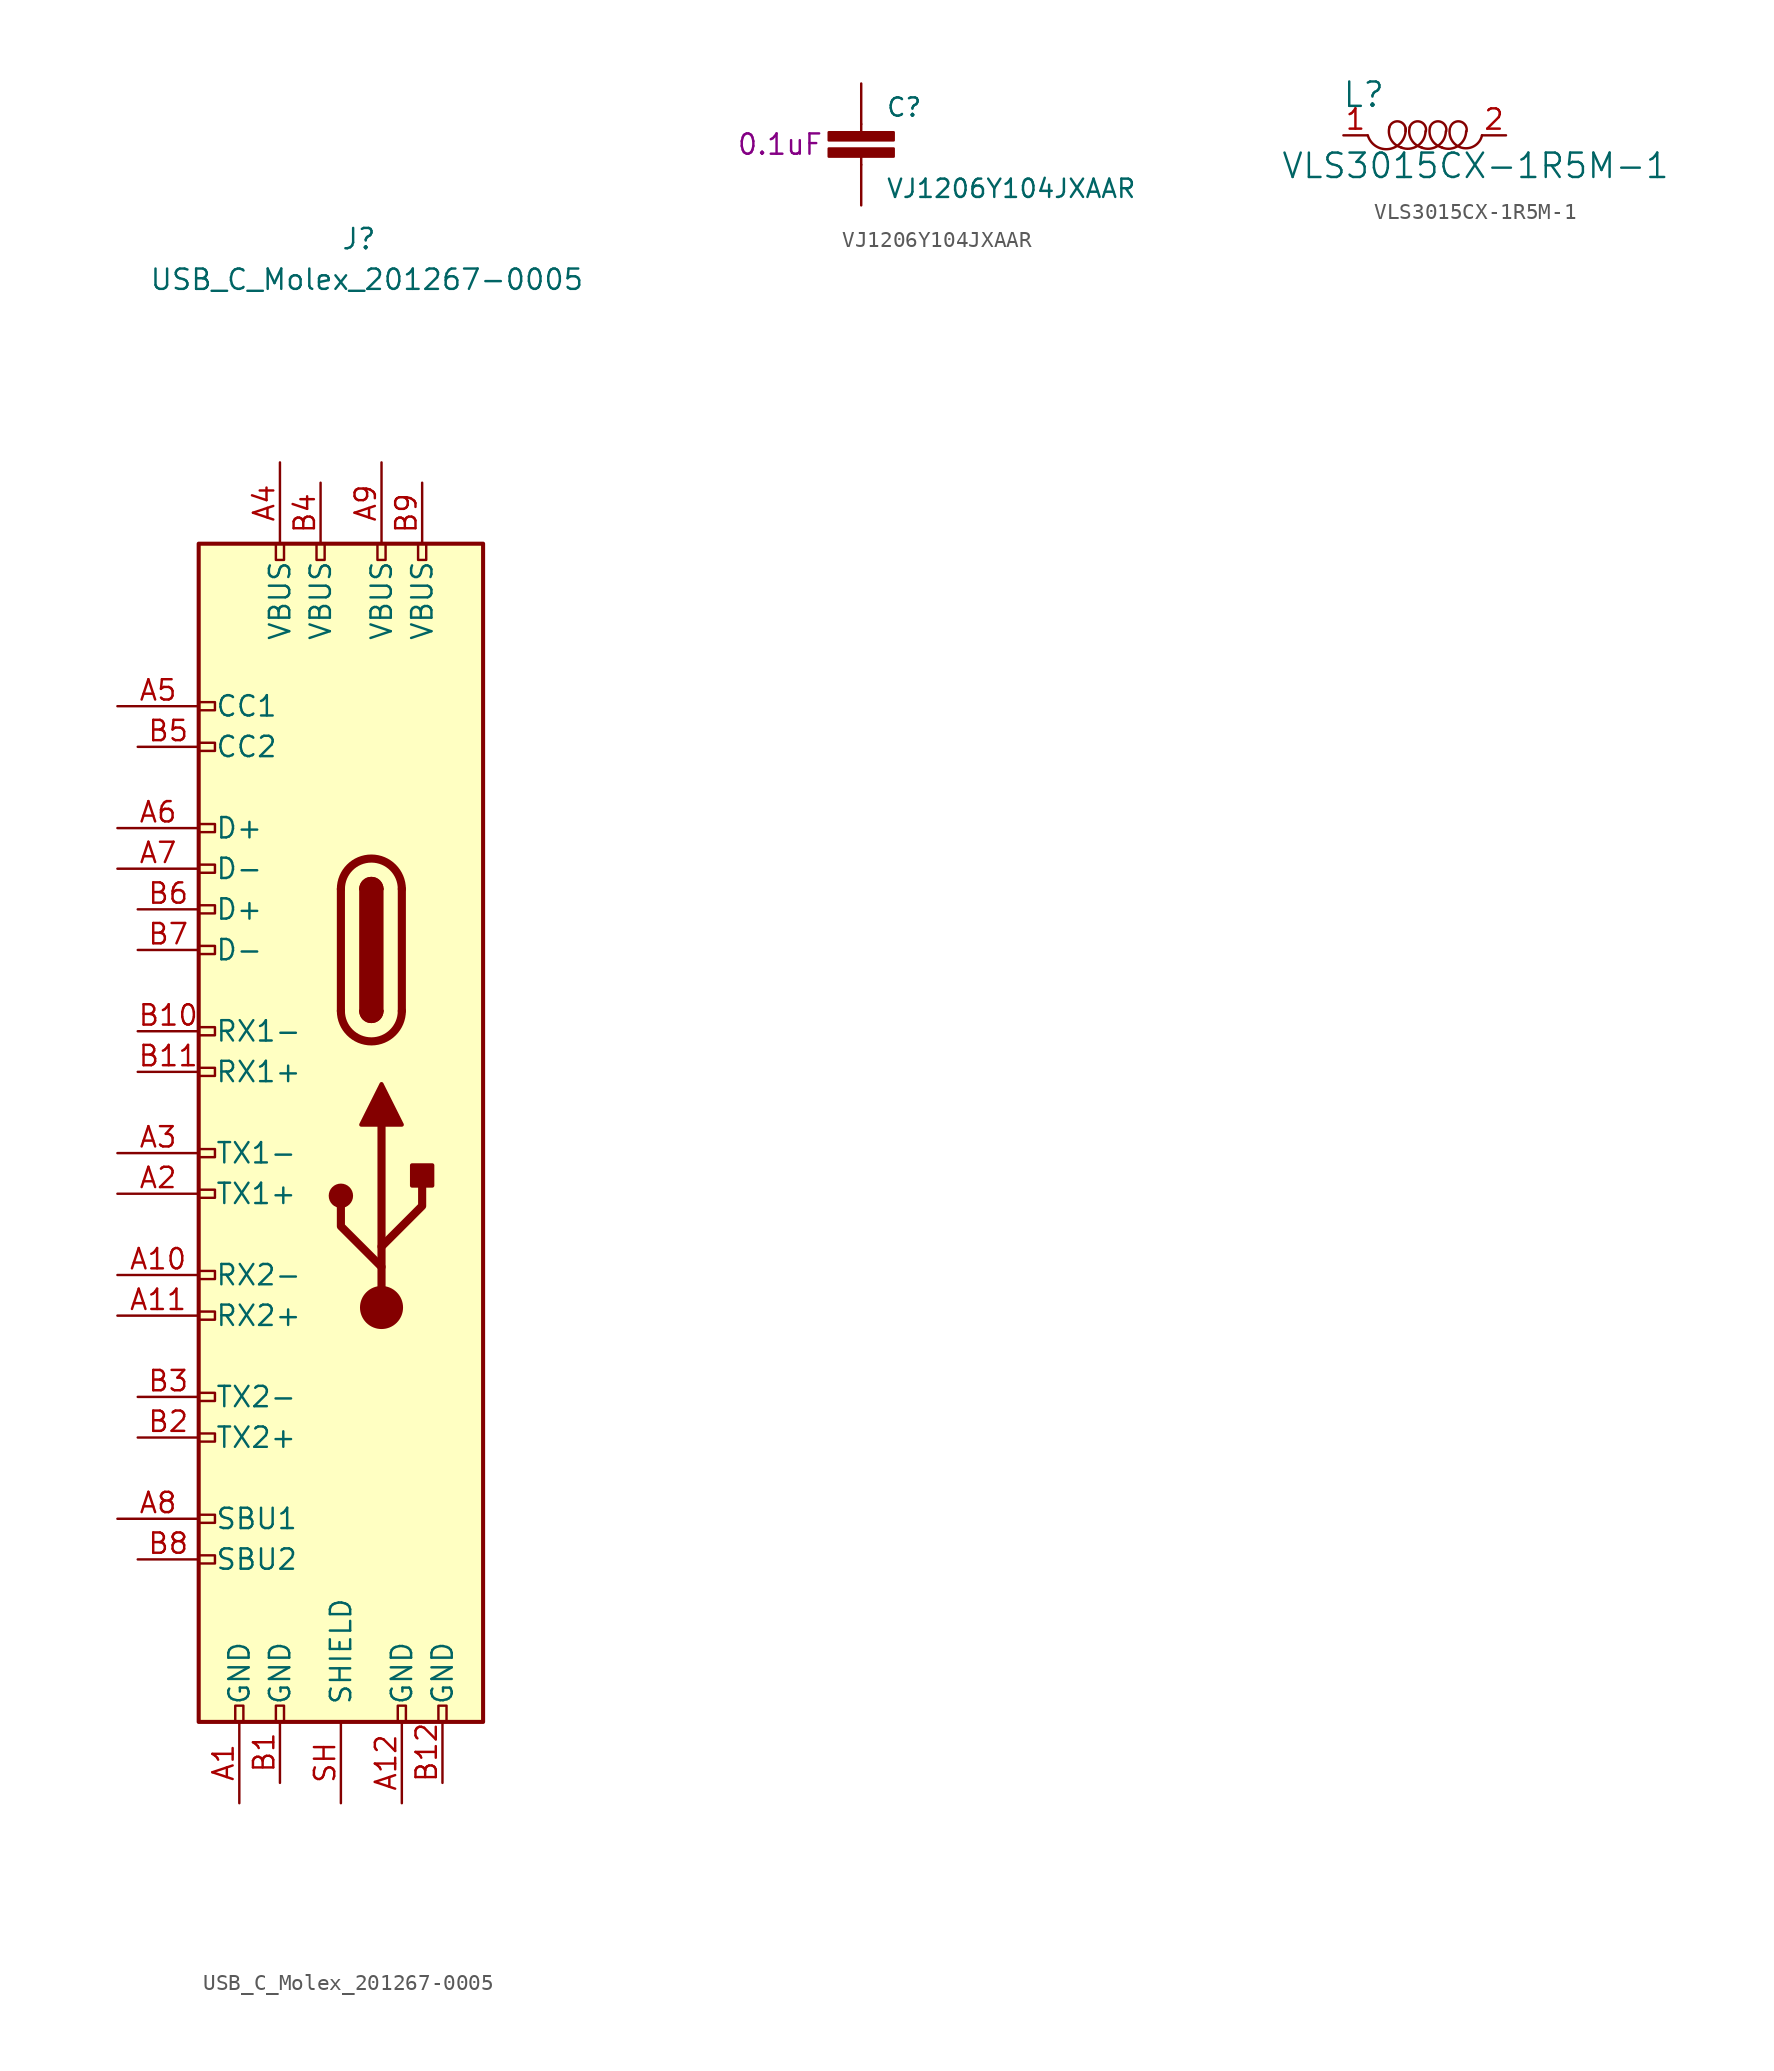
<source format=kicad_sym>
(kicad_symbol_lib
  (version 20211014)
  (generator kicad_symbol_editor)
  (symbol "USB_C_Molex_201267-0005"
    (pin_names
      (offset 1.016))
    (property "Reference" "J"
      (at 0 54.61 0)
      (effects (font (size 1.27 1.27)) (justify left)))
    (property "Value" "USB_C_Molex_201267-0005"
      (at 15.24 52.07 0)
      (effects (font (size 1.27 1.27)) (justify right)))
    (symbol "USB_C_Molex_201267-0005_0_0"
      (rectangle (start -8.89 -28.194) (end -7.874 -27.686) (stroke (width 0) (type default) (color 0 0 0 0)) (fill (type none)))
      (rectangle (start -8.89 -25.654) (end -7.874 -25.146) (stroke (width 0) (type default) (color 0 0 0 0)) (fill (type none)))
      (rectangle (start -8.89 -20.574) (end -7.874 -20.066) (stroke (width 0) (type default) (color 0 0 0 0)) (fill (type none)))
      (rectangle (start -8.89 -18.034) (end -7.874 -17.526) (stroke (width 0) (type default) (color 0 0 0 0)) (fill (type none)))
      (rectangle (start -8.89 -12.954) (end -7.874 -12.446) (stroke (width 0) (type default) (color 0 0 0 0)) (fill (type none)))
      (rectangle (start -8.89 -10.414) (end -7.874 -9.906) (stroke (width 0) (type default) (color 0 0 0 0)) (fill (type none)))
      (rectangle (start -8.89 -5.334) (end -7.874 -4.826) (stroke (width 0) (type default) (color 0 0 0 0)) (fill (type none)))
      (rectangle (start -8.89 -2.794) (end -7.874 -2.286) (stroke (width 0) (type default) (color 0 0 0 0)) (fill (type none)))
      (rectangle (start -8.89 2.286) (end -7.874 2.794) (stroke (width 0) (type default) (color 0 0 0 0)) (fill (type none)))
      (rectangle (start -6.604 -38.1) (end -6.096 -37.084) (stroke (width 0) (type default) (color 0 0 0 0)) (fill (type none)))
      (rectangle (start -3.556 34.544) (end -4.064 35.56) (stroke (width 0) (type default) (color 0 0 0 0)) (fill (type none))))
    (symbol "USB_C_Molex_201267-0005_0_1"
      (rectangle (start -8.89 35.56) (end 8.89 -38.1) (stroke (width 0.254) (type default) (color 0 0 0 0)) (fill (type background)))
      (polyline (pts (xy 0 6.35) (xy 0 13.97)) (stroke (width 0.508) (type default) (color 0 0 0 0)) (fill (type none)))
      (polyline (pts (xy 3.81 13.97) (xy 3.81 6.35)) (stroke (width 0.508) (type default) (color 0 0 0 0)) (fill (type none)))
      (arc (start 0 6.35) (mid 1.905 4.445) (end 3.81 6.35) (stroke (width 0.508) (type default) (color 0 0 0 0)) (fill (type none)))
      (arc (start 1.27 6.35) (mid 1.905 5.715) (end 2.54 6.35) (stroke (width 0.254) (type default) (color 0 0 0 0)) (fill (type none)))
      (arc (start 1.27 6.35) (mid 1.905 5.715) (end 2.54 6.35) (stroke (width 0.254) (type default) (color 0 0 0 0)) (fill (type outline)))
      (rectangle (start 1.27 6.35) (end 2.54 13.97) (stroke (width 0.254) (type default) (color 0 0 0 0)) (fill (type outline)))
      (arc (start 2.54 13.97) (mid 1.905 14.605) (end 1.27 13.97) (stroke (width 0.254) (type default) (color 0 0 0 0)) (fill (type none)))
      (arc (start 2.54 13.97) (mid 1.905 14.605) (end 1.27 13.97) (stroke (width 0.254) (type default) (color 0 0 0 0)) (fill (type outline)))
      (arc (start 3.81 13.97) (mid 1.905 15.875) (end 0 13.97) (stroke (width 0.508) (type default) (color 0 0 0 0)) (fill (type none))))
    (symbol "USB_C_Molex_201267-0005_1_1"
      (rectangle (start -8.89 4.826) (end -7.874 5.334) (stroke (width 0) (type default) (color 0 0 0 0)) (fill (type none)))
      (rectangle (start -8.89 9.906) (end -7.874 10.414) (stroke (width 0) (type default) (color 0 0 0 0)) (fill (type none)))
      (rectangle (start -8.89 12.446) (end -7.874 12.954) (stroke (width 0) (type default) (color 0 0 0 0)) (fill (type none)))
      (rectangle (start -8.89 14.986) (end -7.874 15.494) (stroke (width 0) (type default) (color 0 0 0 0)) (fill (type none)))
      (rectangle (start -8.89 17.526) (end -7.874 18.034) (stroke (width 0) (type default) (color 0 0 0 0)) (fill (type none)))
      (rectangle (start -8.89 22.606) (end -7.874 23.114) (stroke (width 0) (type default) (color 0 0 0 0)) (fill (type none)))
      (rectangle (start -8.89 25.146) (end -7.874 25.654) (stroke (width 0) (type default) (color 0 0 0 0)) (fill (type none)))
      (rectangle (start -4.064 -38.1) (end -3.556 -37.084) (stroke (width 0) (type default) (color 0 0 0 0)) (fill (type none)))
      (rectangle (start -1.524 34.544) (end -1.016 35.56) (stroke (width 0) (type default) (color 0 0 0 0)) (fill (type none)))
      (circle (center 0 -5.207) (radius 0.635) (stroke (width 0.254) (type default) (color 0 0 0 0)) (fill (type outline)))
      (polyline (pts (xy 2.54 -10.922) (xy 2.54 -0.762)) (stroke (width 0.508) (type default) (color 0 0 0 0)) (fill (type none)))
      (polyline (pts (xy 2.54 -9.652) (xy 0 -7.112) (xy 0 -5.842)) (stroke (width 0.508) (type default) (color 0 0 0 0)) (fill (type none)))
      (polyline (pts (xy 2.54 -8.382) (xy 5.08 -5.842) (xy 5.08 -4.572)) (stroke (width 0.508) (type default) (color 0 0 0 0)) (fill (type none)))
      (polyline (pts (xy 1.27 -0.762) (xy 2.54 1.778) (xy 3.81 -0.762) (xy 1.27 -0.762)) (stroke (width 0.254) (type default) (color 0 0 0 0)) (fill (type outline)))
      (circle (center 2.54 -12.192) (radius 1.27) (stroke (width 0) (type default) (color 0 0 0 0)) (fill (type outline)))
      (rectangle (start 2.794 35.56) (end 2.286 34.544) (stroke (width 0) (type default) (color 0 0 0 0)) (fill (type none)))
      (rectangle (start 3.556 -38.1) (end 4.064 -37.084) (stroke (width 0) (type default) (color 0 0 0 0)) (fill (type none)))
      (rectangle (start 4.445 -4.572) (end 5.715 -3.302) (stroke (width 0.254) (type default) (color 0 0 0 0)) (fill (type outline)))
      (rectangle (start 5.334 35.56) (end 4.826 34.544) (stroke (width 0) (type default) (color 0 0 0 0)) (fill (type none)))
      (rectangle (start 6.096 -38.1) (end 6.604 -37.084) (stroke (width 0) (type default) (color 0 0 0 0)) (fill (type none)))
      (pin power_in line (at -6.35 -43.18 90) (length 5.08) (name "GND" (effects (font (size 1.27 1.27)))) (number "A1" (effects (font (size 1.27 1.27)))))
      (pin bidirectional line (at -13.97 -10.16 0) (length 5.08) (name "RX2-" (effects (font (size 1.27 1.27)))) (number "A10" (effects (font (size 1.27 1.27)))))
      (pin bidirectional line (at -13.97 -12.7 0) (length 5.08) (name "RX2+" (effects (font (size 1.27 1.27)))) (number "A11" (effects (font (size 1.27 1.27)))))
      (pin power_in line (at 3.81 -43.18 90) (length 5.08) (name "GND" (effects (font (size 1.27 1.27)))) (number "A12" (effects (font (size 1.27 1.27)))))
      (pin bidirectional line (at -13.97 -5.08 0) (length 5.08) (name "TX1+" (effects (font (size 1.27 1.27)))) (number "A2" (effects (font (size 1.27 1.27)))))
      (pin bidirectional line (at -13.97 -2.54 0) (length 5.08) (name "TX1-" (effects (font (size 1.27 1.27)))) (number "A3" (effects (font (size 1.27 1.27)))))
      (pin power_in line (at -3.81 40.64 270) (length 5.08) (name "VBUS" (effects (font (size 1.27 1.27)))) (number "A4" (effects (font (size 1.27 1.27)))))
      (pin bidirectional line (at -13.97 25.4 0) (length 5.08) (name "CC1" (effects (font (size 1.27 1.27)))) (number "A5" (effects (font (size 1.27 1.27)))))
      (pin bidirectional line (at -13.97 17.78 0) (length 5.08) (name "D+" (effects (font (size 1.27 1.27)))) (number "A6" (effects (font (size 1.27 1.27)))))
      (pin bidirectional line (at -13.97 15.24 0) (length 5.08) (name "D-" (effects (font (size 1.27 1.27)))) (number "A7" (effects (font (size 1.27 1.27)))))
      (pin bidirectional line (at -13.97 -25.4 0) (length 5.08) (name "SBU1" (effects (font (size 1.27 1.27)))) (number "A8" (effects (font (size 1.27 1.27)))))
      (pin power_in line (at 2.54 40.64 270) (length 5.08) (name "VBUS" (effects (font (size 1.27 1.27)))) (number "A9" (effects (font (size 1.27 1.27)))))
      (pin power_in line (at -3.81 -41.91 90) (length 3.81) (name "GND" (effects (font (size 1.27 1.27)))) (number "B1" (effects (font (size 1.27 1.27)))))
      (pin bidirectional line (at -12.7 5.08 0) (length 3.81) (name "RX1-" (effects (font (size 1.27 1.27)))) (number "B10" (effects (font (size 1.27 1.27)))))
      (pin bidirectional line (at -12.7 2.54 0) (length 3.81) (name "RX1+" (effects (font (size 1.27 1.27)))) (number "B11" (effects (font (size 1.27 1.27)))))
      (pin power_in line (at 6.35 -41.91 90) (length 3.81) (name "GND" (effects (font (size 1.27 1.27)))) (number "B12" (effects (font (size 1.27 1.27)))))
      (pin bidirectional line (at -12.7 -20.32 0) (length 3.81) (name "TX2+" (effects (font (size 1.27 1.27)))) (number "B2" (effects (font (size 1.27 1.27)))))
      (pin bidirectional line (at -12.7 -17.78 0) (length 3.81) (name "TX2-" (effects (font (size 1.27 1.27)))) (number "B3" (effects (font (size 1.27 1.27)))))
      (pin passive line (at -1.27 39.37 270) (length 3.81) (name "VBUS" (effects (font (size 1.27 1.27)))) (number "B4" (effects (font (size 1.27 1.27)))))
      (pin bidirectional line (at -12.7 22.86 0) (length 3.81) (name "CC2" (effects (font (size 1.27 1.27)))) (number "B5" (effects (font (size 1.27 1.27)))))
      (pin bidirectional line (at -12.7 12.7 0) (length 3.81) (name "D+" (effects (font (size 1.27 1.27)))) (number "B6" (effects (font (size 1.27 1.27)))))
      (pin bidirectional line (at -12.7 10.16 0) (length 3.81) (name "D-" (effects (font (size 1.27 1.27)))) (number "B7" (effects (font (size 1.27 1.27)))))
      (pin bidirectional line (at -12.7 -27.94 0) (length 3.81) (name "SBU2" (effects (font (size 1.27 1.27)))) (number "B8" (effects (font (size 1.27 1.27)))))
      (pin passive line (at 5.08 39.37 270) (length 3.81) (name "VBUS" (effects (font (size 1.27 1.27)))) (number "B9" (effects (font (size 1.27 1.27)))))
      (pin passive line (at 0 -43.18 90) (length 5.08) (name "SHIELD" (effects (font (size 1.27 1.27)))) (number "SH" (effects (font (size 1.27 1.27)))))))
  (symbol "VJ1206Y104JXAAR"
    (pin_numbers hide)
    (pin_names
      (offset 1.016) hide)
    (property "Reference" "C"
      (at 1.524 2.921 0)
      (effects (font (size 1.143 1.143)) (justify left bottom)))
    (property "Value" "VJ1206Y104JXAAR"
      (at 1.524 -2.159 0)
      (effects (font (size 1.143 1.143)) (justify left bottom)))
    (property "Capacity" "0.1uF"
      (at -5.08 1.27 0)
      (effects (font (size 1.27 1.27))))
    (symbol "VJ1206Y104JXAAR_1_0"
      (polyline (pts (xy 0 0) (xy 0 0.508)) (stroke (width 0) (type default) (color 0 0 0 0)) (fill (type none)))
      (polyline (pts (xy 0 2.54) (xy 0 2.032)) (stroke (width 0) (type default) (color 0 0 0 0)) (fill (type none))))
    (symbol "VJ1206Y104JXAAR_1_1"
      (rectangle (start -2.032 0.508) (end 2.032 1.016) (stroke (width 0) (type default) (color 0 0 0 0)) (fill (type outline)))
      (rectangle (start -2.032 1.524) (end 2.032 2.032) (stroke (width 0) (type default) (color 0 0 0 0)) (fill (type outline)))
      (pin passive line (at 0 5.08 270) (length 2.54) (name "1" (effects (font (size 1.016 1.016)))) (number "1" (effects (font (size 1.016 1.016)))))
      (pin passive line (at 0 -2.54 90) (length 2.54) (name "2" (effects (font (size 1.016 1.016)))) (number "2" (effects (font (size 1.016 1.016)))))))
  (symbol "VLS3015CX-1R5M-1"
    (pin_names
      (offset 1.016))
    (property "Reference" "L"
      (at -3.81 2.54 0)
      (effects (font (size 1.524 1.524))))
    (property "Value" "VLS3015CX-1R5M-1"
      (at 3.175 -1.905 0)
      (effects (font (size 1.524 1.524))))
    (symbol "VLS3015CX-1R5M-1_0_1"
      (arc (start -3.556 0) (mid -2.1694 -0.8461) (end -1.1938 0.4318) (stroke (width 0) (type default) (color 0 0 0 0)) (fill (type none)))
      (arc (start -2.2098 0.508) (mid -2.0918 -0.2848) (end -1.4478 -0.762) (stroke (width 0) (type default) (color 0 0 0 0)) (fill (type none)))
      (arc (start -1.4732 -0.762) (mid -0.4347 -0.6489) (end 0.0508 0.254) (stroke (width 0) (type default) (color 0 0 0 0)) (fill (type none)))
      (arc (start -1.1938 0.254) (mid -1.5764 0.8583) (end -2.2098 0.508) (stroke (width 0) (type default) (color 0 0 0 0)) (fill (type none)))
      (arc (start -0.9398 0.508) (mid -0.8218 -0.2848) (end -0.1778 -0.762) (stroke (width 0) (type default) (color 0 0 0 0)) (fill (type none)))
      (arc (start -0.2032 -0.762) (mid 0.8353 -0.6489) (end 1.3208 0.254) (stroke (width 0) (type default) (color 0 0 0 0)) (fill (type none)))
      (arc (start 0.0762 0.254) (mid -0.3064 0.8583) (end -0.9398 0.508) (stroke (width 0) (type default) (color 0 0 0 0)) (fill (type none)))
      (arc (start 0.3302 0.508) (mid 0.4482 -0.2848) (end 1.0922 -0.762) (stroke (width 0) (type default) (color 0 0 0 0)) (fill (type none)))
      (arc (start 1.0668 -0.762) (mid 2.1053 -0.6489) (end 2.5908 0.254) (stroke (width 0) (type default) (color 0 0 0 0)) (fill (type none)))
      (arc (start 1.3462 0.254) (mid 0.9636 0.8583) (end 0.3302 0.508) (stroke (width 0) (type default) (color 0 0 0 0)) (fill (type none)))
      (arc (start 1.5748 0.4318) (mid 2.3727 -0.7843) (end 3.5814 0) (stroke (width 0) (type default) (color 0 0 0 0)) (fill (type none)))
      (arc (start 2.6162 0.254) (mid 2.2336 0.8583) (end 1.6002 0.508) (stroke (width 0) (type default) (color 0 0 0 0)) (fill (type none))))
    (symbol "VLS3015CX-1R5M-1_1_1"
      (pin passive line (at -5.08 0 0) (length 1.499) (name "~" (effects (font (size 1.27 1.27)))) (number "1" (effects (font (size 1.27 1.27)))))
      (pin passive line (at 5.08 0 180) (length 1.499) (name "~" (effects (font (size 1.27 1.27)))) (number "2" (effects (font (size 1.27 1.27))))))))
</source>
